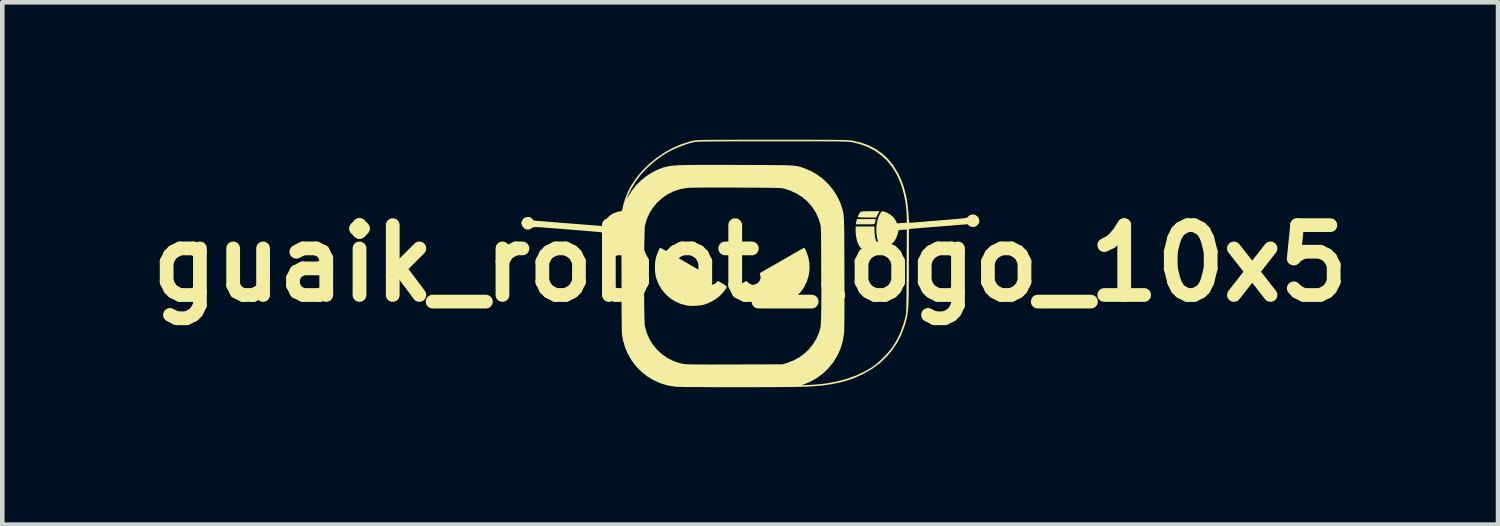
<source format=kicad_pcb>
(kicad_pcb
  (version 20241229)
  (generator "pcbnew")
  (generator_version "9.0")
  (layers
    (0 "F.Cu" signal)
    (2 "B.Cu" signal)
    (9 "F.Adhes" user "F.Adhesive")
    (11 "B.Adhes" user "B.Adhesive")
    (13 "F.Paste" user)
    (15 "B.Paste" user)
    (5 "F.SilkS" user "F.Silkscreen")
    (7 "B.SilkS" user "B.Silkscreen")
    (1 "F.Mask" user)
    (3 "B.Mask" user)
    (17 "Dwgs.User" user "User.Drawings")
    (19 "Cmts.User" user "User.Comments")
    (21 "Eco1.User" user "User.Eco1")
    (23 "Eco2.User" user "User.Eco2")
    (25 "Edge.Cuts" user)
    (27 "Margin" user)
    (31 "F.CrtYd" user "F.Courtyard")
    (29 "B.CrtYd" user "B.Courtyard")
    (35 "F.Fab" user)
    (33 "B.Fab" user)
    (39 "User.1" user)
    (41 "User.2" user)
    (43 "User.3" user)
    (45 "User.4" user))
  (footprint "guaik_robot_logo_10x5"
    (layer "F.Cu")
    (at 13.324 2.699)
    (property "Reference" "guaik_robot_logo_10x5" (at 0 0 0) (layer "F.SilkS") (effects (font (size 1.524 1.524) (thickness 0.3))))
    (attr board_only exclude_from_pos_files exclude_from_bom)
    (fp_poly (pts (xy 2.733 -0.929) (xy 2.728 -0.902) (xy 2.723 -0.882) (xy 2.715 -0.868) (xy 2.7 -0.859) (xy 2.675 -0.854) (xy 2.637 -0.852) (xy 2.583 -0.852) (xy 2.51 -0.852) (xy 2.305 -0.852) (xy 2.328 -0.967) (xy 2.741 -0.967)) (stroke (width 0) (type solid)) (fill yes) (layer "F.SilkS"))
    (fp_poly (pts (xy 2.75 -1.001) (xy 2.549 -1.001) (xy 2.467 -1.002) (xy 2.406 -1.004) (xy 2.366 -1.007) (xy 2.349 -1.012) (xy 2.348 -1.013) (xy 2.354 -1.037) (xy 2.371 -1.07) (xy 2.391 -1.102) (xy 2.411 -1.124) (xy 2.416 -1.127) (xy 2.435 -1.132) (xy 2.474 -1.135) (xy 2.528 -1.138) (xy 2.592 -1.139) (xy 2.629 -1.139) (xy 2.82 -1.139)) (stroke (width 0) (type solid)) (fill yes) (layer "F.SilkS"))
    (fp_poly (pts (xy 2.714 -0.705) (xy 2.719 -0.624) (xy 2.731 -0.55) (xy 2.752 -0.477) (xy 2.785 -0.397) (xy 2.817 -0.331) (xy 2.808 -0.328) (xy 2.779 -0.326) (xy 2.734 -0.324) (xy 2.678 -0.323) (xy 2.625 -0.322) (xy 2.553 -0.322) (xy 2.5 -0.323) (xy 2.463 -0.325) (xy 2.438 -0.328) (xy 2.422 -0.333) (xy 2.41 -0.341) (xy 2.406 -0.345) (xy 2.374 -0.389) (xy 2.346 -0.45) (xy 2.324 -0.524) (xy 2.309 -0.606) (xy 2.302 -0.691) (xy 2.302 -0.71) (xy 2.302 -0.806) (xy 2.712 -0.806)) (stroke (width 0) (type solid)) (fill yes) (layer "F.SilkS"))
    (fp_poly (pts (xy 1.185 -0.336) (xy 1.197 -0.32) (xy 1.212 -0.289) (xy 1.219 -0.273) (xy 1.267 -0.141) (xy 1.293 -0.006) (xy 1.296 0.13) (xy 1.277 0.266) (xy 1.237 0.397) (xy 1.175 0.523) (xy 1.167 0.536) (xy 1.121 0.601) (xy 1.06 0.669) (xy 0.992 0.734) (xy 0.923 0.789) (xy 0.884 0.815) (xy 0.768 0.871) (xy 0.642 0.909) (xy 0.51 0.928) (xy 0.377 0.927) (xy 0.286 0.915) (xy 0.173 0.883) (xy 0.059 0.835) (xy 0.003 0.804) (xy -0.041 0.774) (xy -0.092 0.732) (xy -0.144 0.683) (xy -0.193 0.633) (xy -0.233 0.587) (xy -0.26 0.548) (xy -0.261 0.546) (xy -0.287 0.499) (xy -0.186 0.441) (xy -0.084 0.383) (xy -0.043 0.421) (xy 0.007 0.456) (xy 0.057 0.468) (xy 0.111 0.458) (xy 0.131 0.449) (xy 0.171 0.424) (xy 0.199 0.39) (xy 0.208 0.372) (xy 0.223 0.337) (xy 0.228 0.31) (xy 0.224 0.28) (xy 0.22 0.267) (xy 0.213 0.236) (xy 0.209 0.217) (xy 0.21 0.213) (xy 0.221 0.207) (xy 0.249 0.19) (xy 0.293 0.165) (xy 0.349 0.132) (xy 0.416 0.094) (xy 0.491 0.051) (xy 0.572 0.004) (xy 0.656 -0.044) (xy 0.74 -0.092) (xy 0.823 -0.14) (xy 0.902 -0.186) (xy 0.975 -0.227) (xy 1.039 -0.264) (xy 1.092 -0.294) (xy 1.131 -0.317) (xy 1.155 -0.33) (xy 1.16 -0.333) (xy 1.174 -0.339)) (stroke (width 0) (type solid)) (fill yes) (layer "F.SilkS"))
    (fp_poly (pts (xy -1.915 -0.317) (xy -1.858 -0.284) (xy -1.79 -0.245) (xy -1.714 -0.202) (xy -1.633 -0.155) (xy -1.547 -0.105) (xy -1.46 -0.055) (xy -1.375 -0.006) (xy -1.293 0.042) (xy -1.216 0.086) (xy -1.148 0.126) (xy -1.091 0.16) (xy -1.046 0.186) (xy -1.016 0.204) (xy -1.004 0.212) (xy -1.004 0.212) (xy -0.996 0.227) (xy -1 0.252) (xy -1.003 0.26) (xy -1.012 0.312) (xy -1.001 0.361) (xy -0.975 0.405) (xy -0.937 0.439) (xy -0.891 0.461) (xy -0.84 0.467) (xy -0.789 0.454) (xy -0.789 0.454) (xy -0.756 0.434) (xy -0.729 0.411) (xy -0.727 0.408) (xy -0.706 0.381) (xy -0.609 0.437) (xy -0.563 0.465) (xy -0.53 0.489) (xy -0.513 0.506) (xy -0.512 0.51) (xy -0.52 0.534) (xy -0.541 0.568) (xy -0.572 0.61) (xy -0.61 0.654) (xy -0.65 0.697) (xy -0.69 0.733) (xy -0.691 0.733) (xy -0.763 0.786) (xy -0.848 0.835) (xy -0.936 0.876) (xy -1.018 0.904) (xy -1.019 0.904) (xy -1.075 0.915) (xy -1.145 0.922) (xy -1.22 0.927) (xy -1.293 0.927) (xy -1.355 0.923) (xy -1.378 0.92) (xy -1.515 0.885) (xy -1.641 0.829) (xy -1.754 0.755) (xy -1.854 0.664) (xy -1.939 0.557) (xy -2.007 0.436) (xy -2.05 0.322) (xy -2.068 0.242) (xy -2.078 0.149) (xy -2.079 0.05) (xy -2.072 -0.045) (xy -2.056 -0.13) (xy -2.05 -0.149) (xy -2.032 -0.202) (xy -2.012 -0.252) (xy -1.993 -0.295) (xy -1.976 -0.326) (xy -1.963 -0.341) (xy -1.959 -0.342)) (stroke (width 0) (type solid)) (fill yes) (layer "F.SilkS"))
    (fp_poly (pts (xy 0.716 -2.699) (xy 0.922 -2.699) (xy 1.107 -2.699) (xy 1.272 -2.699) (xy 1.419 -2.698) (xy 1.549 -2.698) (xy 1.664 -2.698) (xy 1.763 -2.697) (xy 1.85 -2.696) (xy 1.924 -2.695) (xy 1.987 -2.694) (xy 2.04 -2.693) (xy 2.084 -2.692) (xy 2.122 -2.69) (xy 2.153 -2.688) (xy 2.178 -2.686) (xy 2.2 -2.684) (xy 2.22 -2.681) (xy 2.238 -2.679) (xy 2.244 -2.677) (xy 2.424 -2.635) (xy 2.59 -2.575) (xy 2.742 -2.495) (xy 2.881 -2.398) (xy 3.006 -2.282) (xy 3.117 -2.147) (xy 3.214 -1.994) (xy 3.249 -1.928) (xy 3.312 -1.786) (xy 3.363 -1.636) (xy 3.404 -1.476) (xy 3.434 -1.301) (xy 3.454 -1.11) (xy 3.459 -1.021) (xy 3.464 -0.956) (xy 3.47 -0.911) (xy 3.476 -0.889) (xy 3.48 -0.886) (xy 3.494 -0.887) (xy 3.528 -0.89) (xy 3.581 -0.894) (xy 3.651 -0.9) (xy 3.735 -0.906) (xy 3.831 -0.914) (xy 3.937 -0.923) (xy 4.051 -0.932) (xy 4.112 -0.937) (xy 4.247 -0.948) (xy 4.361 -0.957) (xy 4.456 -0.965) (xy 4.534 -0.972) (xy 4.595 -0.978) (xy 4.644 -0.983) (xy 4.68 -0.988) (xy 4.706 -0.992) (xy 4.724 -0.996) (xy 4.736 -1.001) (xy 4.744 -1.005) (xy 4.748 -1.011) (xy 4.749 -1.011) (xy 4.786 -1.048) (xy 4.832 -1.066) (xy 4.881 -1.067) (xy 4.927 -1.051) (xy 4.967 -1.021) (xy 4.994 -0.975) (xy 4.995 -0.971) (xy 5.003 -0.918) (xy 4.988 -0.87) (xy 4.953 -0.829) (xy 4.906 -0.8) (xy 4.854 -0.793) (xy 4.804 -0.806) (xy 4.777 -0.824) (xy 4.742 -0.854) (xy 4.14 -0.806) (xy 4.024 -0.797) (xy 3.913 -0.788) (xy 3.811 -0.78) (xy 3.719 -0.772) (xy 3.641 -0.766) (xy 3.577 -0.76) (xy 3.532 -0.756) (xy 3.506 -0.754) (xy 3.502 -0.753) (xy 3.464 -0.747) (xy 3.464 0.055) (xy 3.464 0.234) (xy 3.463 0.392) (xy 3.462 0.531) (xy 3.461 0.652) (xy 3.459 0.758) (xy 3.456 0.85) (xy 3.452 0.93) (xy 3.447 1.001) (xy 3.44 1.064) (xy 3.432 1.12) (xy 3.423 1.173) (xy 3.412 1.223) (xy 3.399 1.272) (xy 3.384 1.323) (xy 3.367 1.378) (xy 3.365 1.382) (xy 3.294 1.568) (xy 3.203 1.742) (xy 3.093 1.903) (xy 2.966 2.051) (xy 2.821 2.185) (xy 2.658 2.304) (xy 2.48 2.408) (xy 2.285 2.497) (xy 2.24 2.514) (xy 2.088 2.565) (xy 1.929 2.607) (xy 1.758 2.64) (xy 1.574 2.665) (xy 1.373 2.683) (xy 1.191 2.692) (xy 1.136 2.694) (xy 1.062 2.695) (xy 0.971 2.697) (xy 0.864 2.698) (xy 0.745 2.699) (xy 0.614 2.7) (xy 0.473 2.701) (xy 0.324 2.701) (xy 0.169 2.702) (xy 0.01 2.702) (xy -0.151 2.702) (xy -0.313 2.702) (xy -0.474 2.702) (xy -0.632 2.702) (xy -0.785 2.702) (xy -0.931 2.701) (xy -1.068 2.7) (xy -1.196 2.7) (xy -1.311 2.699) (xy -1.411 2.698) (xy -1.497 2.696) (xy -1.564 2.695) (xy -1.612 2.693) (xy -1.637 2.692) (xy -1.803 2.664) (xy -1.962 2.616) (xy -2.112 2.548) (xy -2.251 2.463) (xy -2.378 2.361) (xy -2.492 2.245) (xy -2.59 2.115) (xy -2.672 1.973) (xy -2.736 1.821) (xy -2.78 1.66) (xy -2.796 1.563) (xy -2.799 1.533) (xy -2.801 1.481) (xy -2.802 1.409) (xy -2.804 1.317) (xy -2.805 1.208) (xy -2.807 1.083) (xy -2.807 0.942) (xy -2.808 0.787) (xy -2.808 0.619) (xy -2.808 0.574) (xy -2.808 0.409) (xy -2.808 0.289) (xy -2.315 0.289) (xy -2.315 0.431) (xy -2.315 0.571) (xy -2.314 0.707) (xy -2.313 0.835) (xy -2.312 0.956) (xy -2.31 1.065) (xy -2.308 1.162) (xy -2.305 1.243) (xy -2.303 1.307) (xy -2.299 1.352) (xy -2.297 1.372) (xy -2.258 1.515) (xy -2.199 1.65) (xy -2.122 1.775) (xy -2.028 1.888) (xy -1.919 1.987) (xy -1.797 2.07) (xy -1.665 2.135) (xy -1.524 2.181) (xy -1.496 2.188) (xy -1.478 2.191) (xy -1.459 2.194) (xy -1.437 2.197) (xy -1.411 2.199) (xy -1.379 2.201) (xy -1.339 2.203) (xy -1.291 2.204) (xy -1.232 2.205) (xy -1.162 2.206) (xy -1.078 2.206) (xy -0.979 2.207) (xy -0.863 2.207) (xy -0.73 2.207) (xy -0.577 2.206) (xy -0.403 2.206) (xy -0.345 2.206) (xy 0.708 2.203) (xy 0.792 2.177) (xy 0.942 2.121) (xy 1.078 2.047) (xy 1.199 1.955) (xy 1.281 1.875) (xy 1.377 1.756) (xy 1.453 1.628) (xy 1.509 1.493) (xy 1.536 1.39) (xy 1.539 1.361) (xy 1.542 1.312) (xy 1.545 1.243) (xy 1.548 1.158) (xy 1.55 1.058) (xy 1.552 0.946) (xy 1.553 0.824) (xy 1.554 0.693) (xy 1.555 0.556) (xy 1.556 0.415) (xy 1.556 0.272) (xy 1.556 0.129) (xy 1.555 -0.011) (xy 1.554 -0.148) (xy 1.553 -0.277) (xy 1.552 -0.399) (xy 1.55 -0.509) (xy 1.548 -0.607) (xy 1.546 -0.69) (xy 1.543 -0.756) (xy 1.54 -0.803) (xy 1.537 -0.828) (xy 1.494 -0.975) (xy 1.432 -1.111) (xy 1.351 -1.236) (xy 1.253 -1.348) (xy 1.139 -1.445) (xy 1.009 -1.527) (xy 0.865 -1.592) (xy 0.762 -1.626) (xy 0.746 -1.63) (xy 0.73 -1.634) (xy 0.713 -1.637) (xy 0.692 -1.64) (xy 0.667 -1.643) (xy 0.635 -1.645) (xy 0.596 -1.647) (xy 0.548 -1.648) (xy 0.488 -1.649) (xy 0.417 -1.65) (xy 0.331 -1.651) (xy 0.229 -1.652) (xy 0.11 -1.653) (xy -0.028 -1.653) (xy -0.186 -1.654) (xy -0.299 -1.655) (xy -0.506 -1.655) (xy -0.693 -1.656) (xy -0.858 -1.655) (xy -1.002 -1.655) (xy -1.124 -1.654) (xy -1.224 -1.652) (xy -1.302 -1.651) (xy -1.357 -1.648) (xy -1.385 -1.646) (xy -1.533 -1.619) (xy -1.674 -1.572) (xy -1.805 -1.506) (xy -1.925 -1.422) (xy -2.033 -1.324) (xy -2.126 -1.211) (xy -2.202 -1.087) (xy -2.261 -0.952) (xy -2.295 -0.826) (xy -2.299 -0.798) (xy -2.302 -0.748) (xy -2.304 -0.68) (xy -2.307 -0.595) (xy -2.309 -0.496) (xy -2.311 -0.384) (xy -2.312 -0.261) (xy -2.314 -0.131) (xy -2.314 0.006) (xy -2.315 0.146) (xy -2.315 0.289) (xy -2.808 0.289) (xy -2.808 0.265) (xy -2.808 0.142) (xy -2.809 0.037) (xy -2.809 -0.051) (xy -2.81 -0.123) (xy -2.811 -0.181) (xy -2.812 -0.227) (xy -2.814 -0.262) (xy -2.816 -0.288) (xy -2.818 -0.305) (xy -2.82 -0.317) (xy -2.823 -0.323) (xy -2.827 -0.326) (xy -2.828 -0.326) (xy -2.853 -0.332) (xy -2.887 -0.338) (xy -2.894 -0.339) (xy -2.964 -0.361) (xy -3.034 -0.4) (xy -3.093 -0.45) (xy -3.129 -0.492) (xy -3.161 -0.541) (xy -3.185 -0.588) (xy -3.198 -0.629) (xy -3.199 -0.641) (xy -3.206 -0.665) (xy -3.216 -0.675) (xy -3.231 -0.677) (xy -3.266 -0.68) (xy -3.32 -0.686) (xy -3.391 -0.692) (xy -3.477 -0.7) (xy -3.577 -0.708) (xy -3.687 -0.718) (xy -3.807 -0.727) (xy -3.934 -0.738) (xy -3.979 -0.741) (xy -4.128 -0.754) (xy -4.256 -0.764) (xy -4.365 -0.772) (xy -4.456 -0.779) (xy -4.53 -0.785) (xy -4.59 -0.788) (xy -4.637 -0.791) (xy -4.674 -0.792) (xy -4.7 -0.792) (xy -4.719 -0.791) (xy -4.732 -0.789) (xy -4.741 -0.787) (xy -4.747 -0.783) (xy -4.747 -0.782) (xy -4.8 -0.748) (xy -4.851 -0.737) (xy -4.902 -0.749) (xy -4.924 -0.76) (xy -4.956 -0.79) (xy -4.982 -0.831) (xy -4.994 -0.873) (xy -4.995 -0.881) (xy -4.986 -0.917) (xy -4.965 -0.956) (xy -4.938 -0.987) (xy -4.925 -0.996) (xy -4.892 -1.007) (xy -4.852 -1.013) (xy -4.845 -1.013) (xy -4.81 -1.009) (xy -4.782 -0.995) (xy -4.758 -0.973) (xy -4.718 -0.934) (xy -3.985 -0.875) (xy -3.857 -0.865) (xy -3.735 -0.856) (xy -3.621 -0.847) (xy -3.518 -0.839) (xy -3.428 -0.832) (xy -3.352 -0.826) (xy -3.292 -0.821) (xy -3.251 -0.818) (xy -3.23 -0.817) (xy -3.228 -0.817) (xy -3.211 -0.824) (xy -3.196 -0.846) (xy -3.185 -0.873) (xy -3.148 -0.947) (xy -3.094 -1.015) (xy -3.03 -1.068) (xy -2.988 -1.09) (xy -2.936 -1.111) (xy -2.882 -1.128) (xy -2.835 -1.138) (xy -2.818 -1.139) (xy -2.802 -1.148) (xy -2.792 -1.175) (xy -2.79 -1.183) (xy -2.761 -1.31) (xy -2.736 -1.387) (xy -2.705 -1.387) (xy -2.699 -1.381) (xy -2.693 -1.387) (xy -2.699 -1.393) (xy -2.705 -1.387) (xy -2.736 -1.387) (xy -2.726 -1.418) (xy -2.686 -1.418) (xy -2.679 -1.425) (xy -2.663 -1.452) (xy -2.654 -1.47) (xy -2.58 -1.591) (xy -2.487 -1.708) (xy -2.379 -1.815) (xy -2.258 -1.911) (xy -2.129 -1.992) (xy -2.008 -2.05) (xy -1.969 -2.065) (xy -1.933 -2.079) (xy -1.899 -2.091) (xy -1.864 -2.102) (xy -1.827 -2.111) (xy -1.787 -2.12) (xy -1.743 -2.127) (xy -1.693 -2.133) (xy -1.636 -2.138) (xy -1.57 -2.142) (xy -1.494 -2.145) (xy -1.407 -2.147) (xy -1.307 -2.149) (xy -1.193 -2.15) (xy -1.063 -2.151) (xy -0.916 -2.151) (xy -0.75 -2.151) (xy -0.565 -2.15) (xy -0.359 -2.15) (xy -0.293 -2.149) (xy -0.096 -2.149) (xy 0.08 -2.148) (xy 0.236 -2.147) (xy 0.373 -2.147) (xy 0.493 -2.146) (xy 0.597 -2.145) (xy 0.687 -2.143) (xy 0.764 -2.142) (xy 0.829 -2.14) (xy 0.884 -2.137) (xy 0.931 -2.134) (xy 0.97 -2.13) (xy 1.004 -2.126) (xy 1.034 -2.121) (xy 1.06 -2.115) (xy 1.086 -2.108) (xy 1.111 -2.1) (xy 1.138 -2.092) (xy 1.168 -2.082) (xy 1.168 -2.082) (xy 1.318 -2.021) (xy 1.46 -1.94) (xy 1.591 -1.841) (xy 1.71 -1.727) (xy 1.815 -1.599) (xy 1.902 -1.461) (xy 1.971 -1.313) (xy 1.989 -1.26) (xy 1.999 -1.23) (xy 2.008 -1.203) (xy 2.016 -1.178) (xy 2.023 -1.153) (xy 2.029 -1.126) (xy 2.034 -1.096) (xy 2.038 -1.063) (xy 2.042 -1.023) (xy 2.045 -0.977) (xy 2.048 -0.921) (xy 2.05 -0.856) (xy 2.051 -0.779) (xy 2.053 -0.69) (xy 2.054 -0.586) (xy 2.055 -0.466) (xy 2.055 -0.329) (xy 2.056 -0.173) (xy 2.057 0.003) (xy 2.057 0.196) (xy 2.058 0.427) (xy 2.058 0.635) (xy 2.058 0.821) (xy 2.058 0.985) (xy 2.058 1.127) (xy 2.057 1.248) (xy 2.055 1.348) (xy 2.054 1.428) (xy 2.052 1.487) (xy 2.05 1.526) (xy 2.049 1.534) (xy 2.021 1.702) (xy 1.971 1.864) (xy 1.902 2.016) (xy 1.814 2.158) (xy 1.71 2.287) (xy 1.589 2.403) (xy 1.455 2.502) (xy 1.307 2.585) (xy 1.213 2.625) (xy 1.122 2.659) (xy 1.3 2.652) (xy 1.38 2.648) (xy 1.467 2.641) (xy 1.553 2.633) (xy 1.627 2.625) (xy 1.634 2.624) (xy 1.875 2.581) (xy 2.101 2.523) (xy 2.311 2.447) (xy 2.506 2.356) (xy 2.669 2.259) (xy 2.743 2.204) (xy 2.823 2.135) (xy 2.906 2.056) (xy 2.985 1.973) (xy 3.056 1.89) (xy 3.114 1.813) (xy 3.123 1.8) (xy 3.211 1.652) (xy 3.284 1.497) (xy 3.344 1.329) (xy 3.386 1.18) (xy 3.39 1.16) (xy 3.394 1.141) (xy 3.398 1.121) (xy 3.401 1.098) (xy 3.403 1.07) (xy 3.406 1.036) (xy 3.407 0.995) (xy 3.409 0.943) (xy 3.41 0.881) (xy 3.411 0.805) (xy 3.412 0.715) (xy 3.413 0.608) (xy 3.414 0.484) (xy 3.414 0.34) (xy 3.415 0.175) (xy 3.415 0.17) (xy 3.419 -0.737) (xy 3.38 -0.737) (xy 3.343 -0.735) (xy 3.299 -0.731) (xy 3.289 -0.73) (xy 3.238 -0.723) (xy 3.219 -0.64) (xy 3.186 -0.548) (xy 3.135 -0.468) (xy 3.067 -0.403) (xy 2.985 -0.354) (xy 2.946 -0.339) (xy 2.911 -0.329) (xy 2.891 -0.326) (xy 2.876 -0.331) (xy 2.865 -0.34) (xy 2.839 -0.374) (xy 2.812 -0.426) (xy 2.789 -0.491) (xy 2.769 -0.565) (xy 2.767 -0.576) (xy 2.753 -0.686) (xy 2.755 -0.799) (xy 2.771 -0.91) (xy 2.8 -1.011) (xy 2.837 -1.088) (xy 2.856 -1.119) (xy 2.871 -1.134) (xy 2.888 -1.137) (xy 2.909 -1.134) (xy 2.982 -1.11) (xy 3.054 -1.069) (xy 3.117 -1.016) (xy 3.166 -0.955) (xy 3.183 -0.923) (xy 3.205 -0.873) (xy 3.28 -0.879) (xy 3.325 -0.883) (xy 3.364 -0.885) (xy 3.386 -0.886) (xy 3.418 -0.886) (xy 3.418 -1.006) (xy 3.411 -1.159) (xy 3.392 -1.32) (xy 3.361 -1.482) (xy 3.321 -1.637) (xy 3.274 -1.774) (xy 3.196 -1.945) (xy 3.102 -2.098) (xy 2.994 -2.234) (xy 2.871 -2.352) (xy 2.734 -2.451) (xy 2.583 -2.533) (xy 2.418 -2.597) (xy 2.238 -2.642) (xy 2.233 -2.643) (xy 2.216 -2.646) (xy 2.199 -2.649) (xy 2.179 -2.651) (xy 2.155 -2.653) (xy 2.126 -2.655) (xy 2.091 -2.657) (xy 2.049 -2.658) (xy 1.998 -2.66) (xy 1.938 -2.661) (xy 1.867 -2.662) (xy 1.784 -2.662) (xy 1.687 -2.663) (xy 1.576 -2.663) (xy 1.45 -2.664) (xy 1.306 -2.664) (xy 1.145 -2.664) (xy 0.964 -2.664) (xy 0.763 -2.664) (xy 0.541 -2.664) (xy 0.495 -2.664) (xy 0.261 -2.664) (xy 0.049 -2.664) (xy -0.141 -2.664) (xy -0.312 -2.664) (xy -0.465 -2.663) (xy -0.599 -2.663) (xy -0.717 -2.662) (xy -0.82 -2.661) (xy -0.908 -2.66) (xy -0.983 -2.659) (xy -1.045 -2.658) (xy -1.096 -2.657) (xy -1.137 -2.655) (xy -1.169 -2.653) (xy -1.193 -2.651) (xy -1.21 -2.649) (xy -1.214 -2.649) (xy -1.328 -2.621) (xy -1.452 -2.58) (xy -1.58 -2.529) (xy -1.707 -2.472) (xy -1.825 -2.409) (xy -1.918 -2.352) (xy -2.092 -2.223) (xy -2.248 -2.084) (xy -2.386 -1.936) (xy -2.504 -1.779) (xy -2.602 -1.615) (xy -2.653 -1.508) (xy -2.672 -1.46) (xy -2.683 -1.43) (xy -2.686 -1.418) (xy -2.726 -1.418) (xy -2.717 -1.444) (xy -2.662 -1.576) (xy -2.597 -1.699) (xy -2.595 -1.702) (xy -2.485 -1.867) (xy -2.355 -2.023) (xy -2.209 -2.168) (xy -2.048 -2.3) (xy -1.876 -2.417) (xy -1.696 -2.517) (xy -1.508 -2.599) (xy -1.317 -2.66) (xy -1.241 -2.678) (xy -1.227 -2.681) (xy -1.211 -2.684) (xy -1.192 -2.686) (xy -1.17 -2.688) (xy -1.142 -2.69) (xy -1.108 -2.691) (xy -1.067 -2.693) (xy -1.018 -2.694) (xy -0.958 -2.695) (xy -0.888 -2.696) (xy -0.805 -2.697) (xy -0.709 -2.697) (xy -0.599 -2.698) (xy -0.473 -2.698) (xy -0.33 -2.698) (xy -0.169 -2.699) (xy 0.011 -2.699) (xy 0.212 -2.699) (xy 0.434 -2.699) (xy 0.489 -2.699)) (stroke (width 0) (type solid)) (fill yes) (layer "F.SilkS")))
  (gr_rect
    (start -3 -3)
    (end 29.648 8.401)
    (stroke (width 0.1) (type default))
    (fill no)
    (layer "Edge.Cuts")))
</source>
